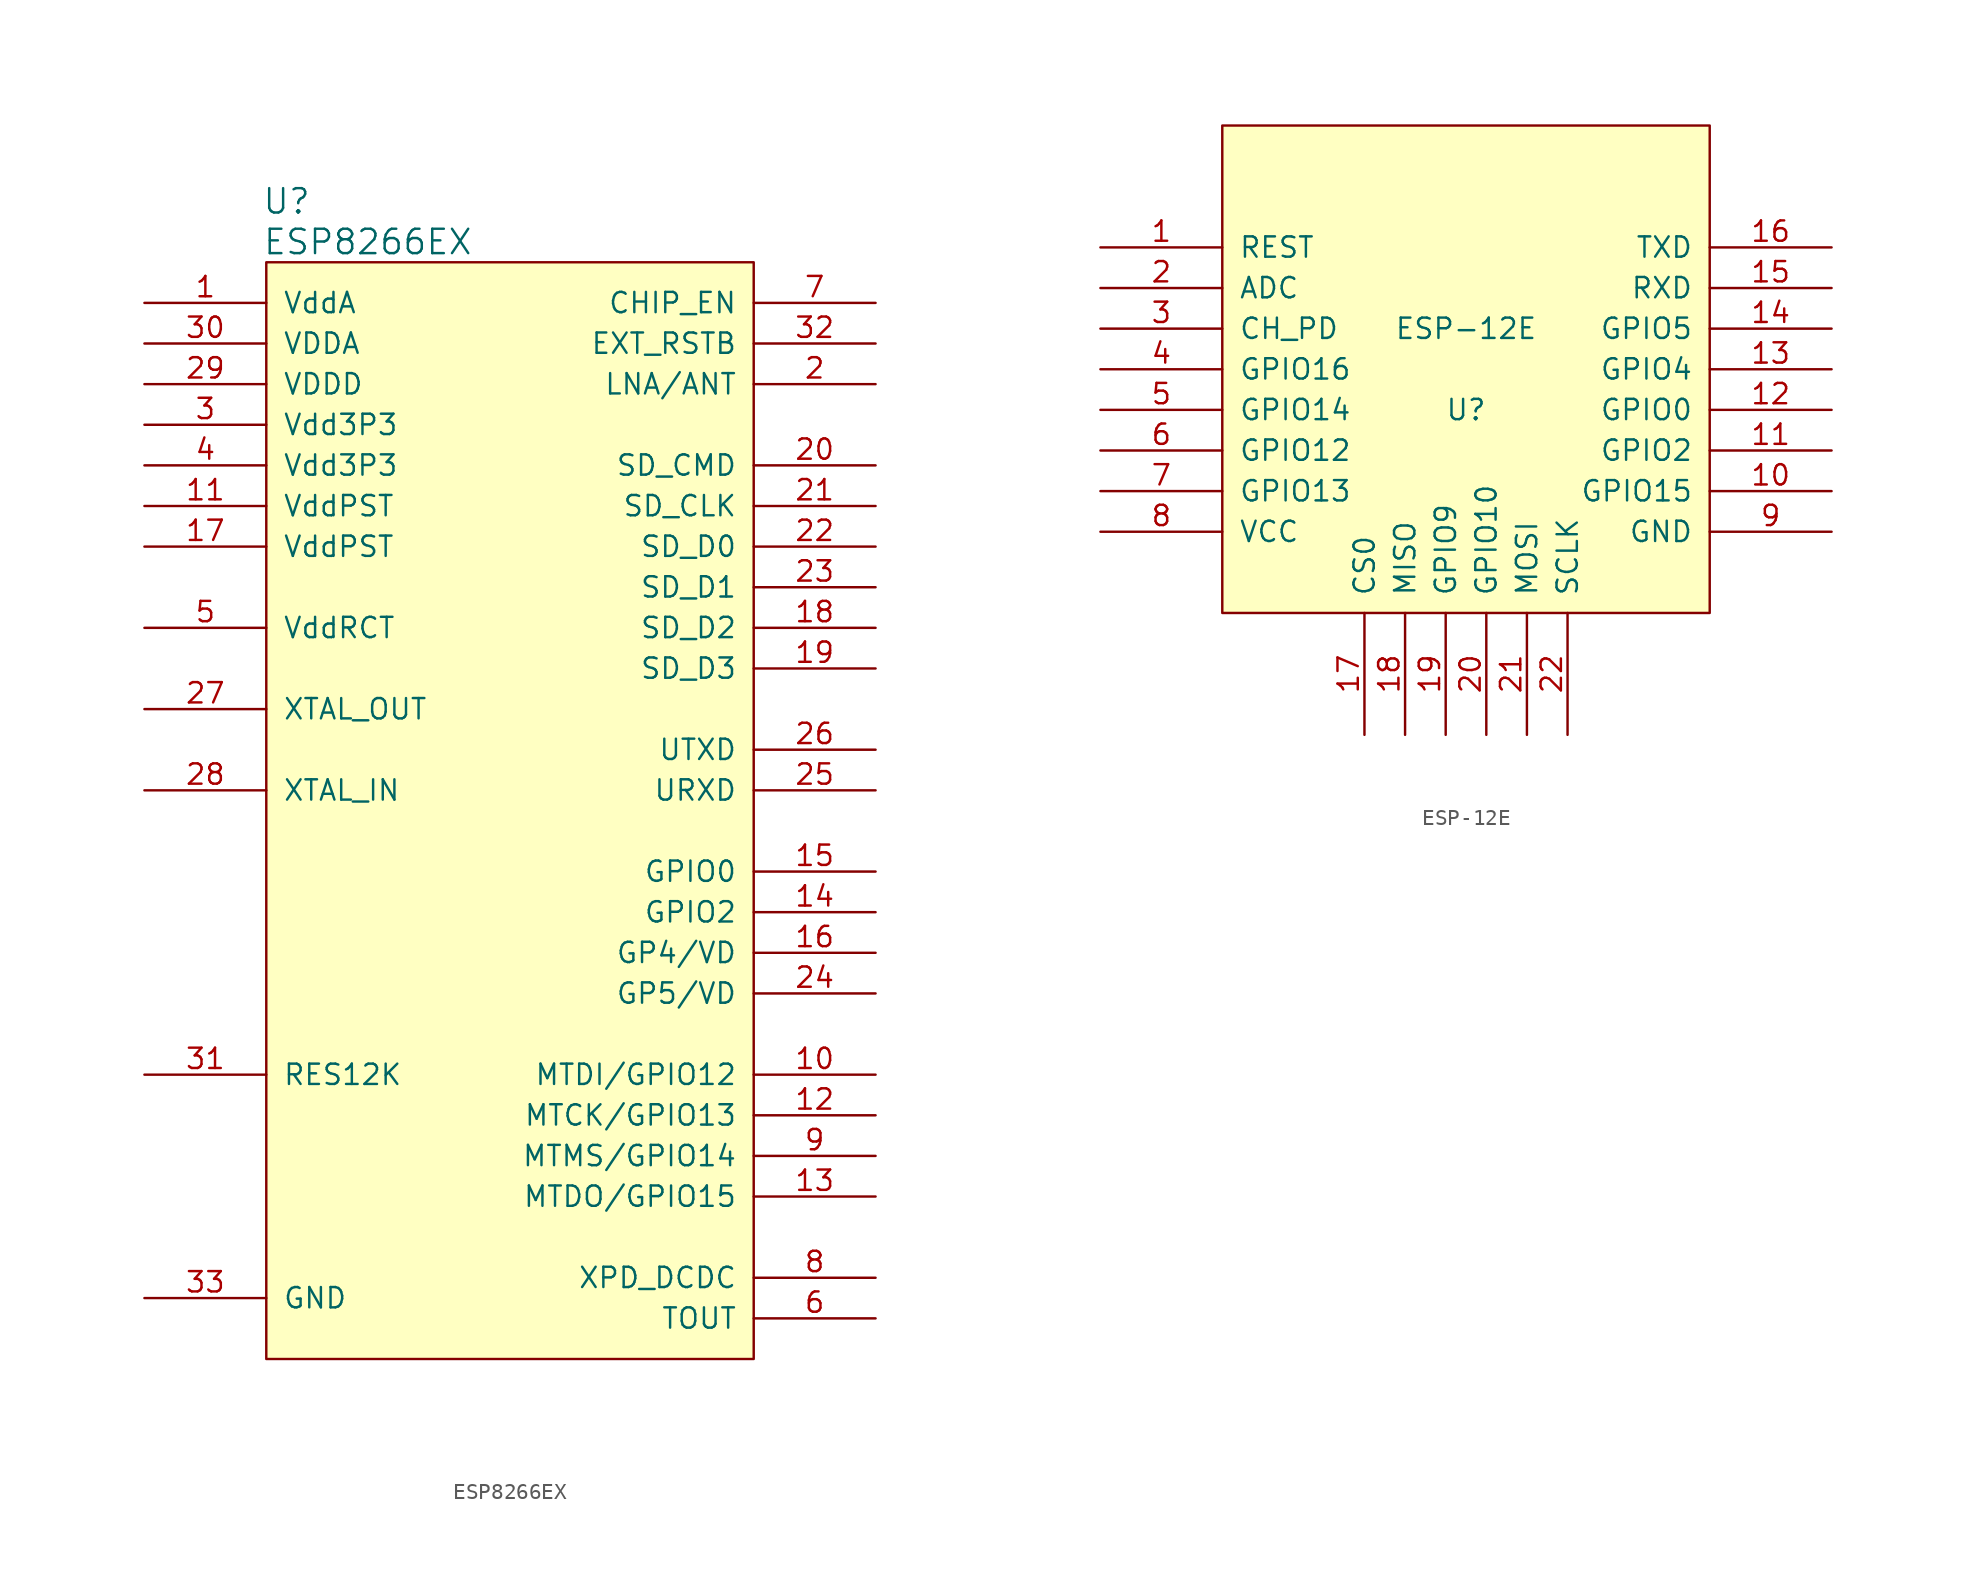
<source format=kicad_sym>
(kicad_symbol_lib
  (version 20211014)
  (generator kicad_symbol_editor)
  (symbol "ESP8266EX"
    (pin_names
      (offset 1.016))
    (property "Reference" "U"
      (at -13.97 35.56 0)
      (effects (font (size 1.524 1.524))))
    (property "Value" "ESP8266EX"
      (at -8.89 33.02 0)
      (effects (font (size 1.524 1.524))))
    (property "Footprint" ""
      (at -13.97 35.56 0)
      (effects (font (size 1.524 1.524))))
    (property "Datasheet" ""
      (at -13.97 35.56 0)
      (effects (font (size 1.524 1.524))))
    (symbol "ESP8266EX_0_1"
      (rectangle (start -15.24 31.75) (end 15.24 -36.83) (stroke (width 0) (type default) (color 0 0 0 0)) (fill (type background))))
    (symbol "ESP8266EX_1_1"
      (pin input line (at -22.86 29.21 0) (length 7.62) (name "VddA" (effects (font (size 1.27 1.27)))) (number "1" (effects (font (size 1.27 1.27)))))
      (pin input line (at 22.86 -19.05 180) (length 7.62) (name "MTDI/GPIO12" (effects (font (size 1.27 1.27)))) (number "10" (effects (font (size 1.27 1.27)))))
      (pin input line (at -22.86 16.51 0) (length 7.62) (name "VddPST" (effects (font (size 1.27 1.27)))) (number "11" (effects (font (size 1.27 1.27)))))
      (pin input line (at 22.86 -21.59 180) (length 7.62) (name "MTCK/GPIO13" (effects (font (size 1.27 1.27)))) (number "12" (effects (font (size 1.27 1.27)))))
      (pin input line (at 22.86 -26.67 180) (length 7.62) (name "MTDO/GPIO15" (effects (font (size 1.27 1.27)))) (number "13" (effects (font (size 1.27 1.27)))))
      (pin input line (at 22.86 -8.89 180) (length 7.62) (name "GPIO2" (effects (font (size 1.27 1.27)))) (number "14" (effects (font (size 1.27 1.27)))))
      (pin input line (at 22.86 -6.35 180) (length 7.62) (name "GPIO0" (effects (font (size 1.27 1.27)))) (number "15" (effects (font (size 1.27 1.27)))))
      (pin input line (at 22.86 -11.43 180) (length 7.62) (name "GP4/VD" (effects (font (size 1.27 1.27)))) (number "16" (effects (font (size 1.27 1.27)))))
      (pin input line (at -22.86 13.97 0) (length 7.62) (name "VddPST" (effects (font (size 1.27 1.27)))) (number "17" (effects (font (size 1.27 1.27)))))
      (pin input line (at 22.86 8.89 180) (length 7.62) (name "SD_D2" (effects (font (size 1.27 1.27)))) (number "18" (effects (font (size 1.27 1.27)))))
      (pin input line (at 22.86 6.35 180) (length 7.62) (name "SD_D3" (effects (font (size 1.27 1.27)))) (number "19" (effects (font (size 1.27 1.27)))))
      (pin input line (at 22.86 24.13 180) (length 7.62) (name "LNA/ANT" (effects (font (size 1.27 1.27)))) (number "2" (effects (font (size 1.27 1.27)))))
      (pin input line (at 22.86 19.05 180) (length 7.62) (name "SD_CMD" (effects (font (size 1.27 1.27)))) (number "20" (effects (font (size 1.27 1.27)))))
      (pin input line (at 22.86 16.51 180) (length 7.62) (name "SD_CLK" (effects (font (size 1.27 1.27)))) (number "21" (effects (font (size 1.27 1.27)))))
      (pin input line (at 22.86 13.97 180) (length 7.62) (name "SD_D0" (effects (font (size 1.27 1.27)))) (number "22" (effects (font (size 1.27 1.27)))))
      (pin input line (at 22.86 11.43 180) (length 7.62) (name "SD_D1" (effects (font (size 1.27 1.27)))) (number "23" (effects (font (size 1.27 1.27)))))
      (pin input line (at 22.86 -13.97 180) (length 7.62) (name "GP5/VD" (effects (font (size 1.27 1.27)))) (number "24" (effects (font (size 1.27 1.27)))))
      (pin input line (at 22.86 -1.27 180) (length 7.62) (name "URXD" (effects (font (size 1.27 1.27)))) (number "25" (effects (font (size 1.27 1.27)))))
      (pin input line (at 22.86 1.27 180) (length 7.62) (name "UTXD" (effects (font (size 1.27 1.27)))) (number "26" (effects (font (size 1.27 1.27)))))
      (pin input line (at -22.86 3.81 0) (length 7.62) (name "XTAL_OUT" (effects (font (size 1.27 1.27)))) (number "27" (effects (font (size 1.27 1.27)))))
      (pin input line (at -22.86 -1.27 0) (length 7.62) (name "XTAL_IN" (effects (font (size 1.27 1.27)))) (number "28" (effects (font (size 1.27 1.27)))))
      (pin input line (at -22.86 24.13 0) (length 7.62) (name "VDDD" (effects (font (size 1.27 1.27)))) (number "29" (effects (font (size 1.27 1.27)))))
      (pin input line (at -22.86 21.59 0) (length 7.62) (name "Vdd3P3" (effects (font (size 1.27 1.27)))) (number "3" (effects (font (size 1.27 1.27)))))
      (pin input line (at -22.86 26.67 0) (length 7.62) (name "VDDA" (effects (font (size 1.27 1.27)))) (number "30" (effects (font (size 1.27 1.27)))))
      (pin input line (at -22.86 -19.05 0) (length 7.62) (name "RES12K" (effects (font (size 1.27 1.27)))) (number "31" (effects (font (size 1.27 1.27)))))
      (pin input line (at 22.86 26.67 180) (length 7.62) (name "EXT_RSTB" (effects (font (size 1.27 1.27)))) (number "32" (effects (font (size 1.27 1.27)))))
      (pin input line (at -22.86 -33.02 0) (length 7.62) (name "GND" (effects (font (size 1.27 1.27)))) (number "33" (effects (font (size 1.27 1.27)))))
      (pin input line (at -22.86 19.05 0) (length 7.62) (name "Vdd3P3" (effects (font (size 1.27 1.27)))) (number "4" (effects (font (size 1.27 1.27)))))
      (pin input line (at -22.86 8.89 0) (length 7.62) (name "VddRCT" (effects (font (size 1.27 1.27)))) (number "5" (effects (font (size 1.27 1.27)))))
      (pin input line (at 22.86 -34.29 180) (length 7.62) (name "TOUT" (effects (font (size 1.27 1.27)))) (number "6" (effects (font (size 1.27 1.27)))))
      (pin input line (at 22.86 29.21 180) (length 7.62) (name "CHIP_EN" (effects (font (size 1.27 1.27)))) (number "7" (effects (font (size 1.27 1.27)))))
      (pin input line (at 22.86 -31.75 180) (length 7.62) (name "XPD_DCDC" (effects (font (size 1.27 1.27)))) (number "8" (effects (font (size 1.27 1.27)))))
      (pin input line (at 22.86 -24.13 180) (length 7.62) (name "MTMS/GPIO14" (effects (font (size 1.27 1.27)))) (number "9" (effects (font (size 1.27 1.27)))))))
  (symbol "ESP-12E"
    (pin_names
      (offset 1.016))
    (property "Reference" "U"
      (at 0 -2.54 0)
      (effects (font (size 1.27 1.27))))
    (property "Value" "ESP-12E"
      (at 0 2.54 0)
      (effects (font (size 1.27 1.27))))
    (symbol "ESP-12E_1_0"
      (rectangle (start -15.24 -15.24) (end 15.24 15.24) (stroke (width 0) (type default) (color 0 0 0 0)) (fill (type background))))
    (symbol "ESP-12E_1_1"
      (pin input line (at -22.86 7.62 0) (length 7.62) (name "REST" (effects (font (size 1.27 1.27)))) (number "1" (effects (font (size 1.27 1.27)))))
      (pin bidirectional line (at 22.86 -7.62 180) (length 7.62) (name "GPIO15" (effects (font (size 1.27 1.27)))) (number "10" (effects (font (size 1.27 1.27)))))
      (pin bidirectional line (at 22.86 -5.08 180) (length 7.62) (name "GPIO2" (effects (font (size 1.27 1.27)))) (number "11" (effects (font (size 1.27 1.27)))))
      (pin bidirectional line (at 22.86 -2.54 180) (length 7.62) (name "GPIO0" (effects (font (size 1.27 1.27)))) (number "12" (effects (font (size 1.27 1.27)))))
      (pin bidirectional line (at 22.86 0 180) (length 7.62) (name "GPIO4" (effects (font (size 1.27 1.27)))) (number "13" (effects (font (size 1.27 1.27)))))
      (pin bidirectional line (at 22.86 2.54 180) (length 7.62) (name "GPIO5" (effects (font (size 1.27 1.27)))) (number "14" (effects (font (size 1.27 1.27)))))
      (pin input line (at 22.86 5.08 180) (length 7.62) (name "RXD" (effects (font (size 1.27 1.27)))) (number "15" (effects (font (size 1.27 1.27)))))
      (pin output line (at 22.86 7.62 180) (length 7.62) (name "TXD" (effects (font (size 1.27 1.27)))) (number "16" (effects (font (size 1.27 1.27)))))
      (pin bidirectional line (at -6.35 -22.86 90) (length 7.62) (name "CS0" (effects (font (size 1.27 1.27)))) (number "17" (effects (font (size 1.27 1.27)))))
      (pin bidirectional line (at -3.81 -22.86 90) (length 7.62) (name "MISO" (effects (font (size 1.27 1.27)))) (number "18" (effects (font (size 1.27 1.27)))))
      (pin bidirectional line (at -1.27 -22.86 90) (length 7.62) (name "GPIO9" (effects (font (size 1.27 1.27)))) (number "19" (effects (font (size 1.27 1.27)))))
      (pin passive line (at -22.86 5.08 0) (length 7.62) (name "ADC" (effects (font (size 1.27 1.27)))) (number "2" (effects (font (size 1.27 1.27)))))
      (pin bidirectional line (at 1.27 -22.86 90) (length 7.62) (name "GPIO10" (effects (font (size 1.27 1.27)))) (number "20" (effects (font (size 1.27 1.27)))))
      (pin bidirectional line (at 3.81 -22.86 90) (length 7.62) (name "MOSI" (effects (font (size 1.27 1.27)))) (number "21" (effects (font (size 1.27 1.27)))))
      (pin bidirectional line (at 6.35 -22.86 90) (length 7.62) (name "SCLK" (effects (font (size 1.27 1.27)))) (number "22" (effects (font (size 1.27 1.27)))))
      (pin input line (at -22.86 2.54 0) (length 7.62) (name "CH_PD" (effects (font (size 1.27 1.27)))) (number "3" (effects (font (size 1.27 1.27)))))
      (pin bidirectional line (at -22.86 0 0) (length 7.62) (name "GPIO16" (effects (font (size 1.27 1.27)))) (number "4" (effects (font (size 1.27 1.27)))))
      (pin bidirectional line (at -22.86 -2.54 0) (length 7.62) (name "GPIO14" (effects (font (size 1.27 1.27)))) (number "5" (effects (font (size 1.27 1.27)))))
      (pin bidirectional line (at -22.86 -5.08 0) (length 7.62) (name "GPIO12" (effects (font (size 1.27 1.27)))) (number "6" (effects (font (size 1.27 1.27)))))
      (pin bidirectional line (at -22.86 -7.62 0) (length 7.62) (name "GPIO13" (effects (font (size 1.27 1.27)))) (number "7" (effects (font (size 1.27 1.27)))))
      (pin power_in line (at -22.86 -10.16 0) (length 7.62) (name "VCC" (effects (font (size 1.27 1.27)))) (number "8" (effects (font (size 1.27 1.27)))))
      (pin power_in line (at 22.86 -10.16 180) (length 7.62) (name "GND" (effects (font (size 1.27 1.27)))) (number "9" (effects (font (size 1.27 1.27))))))))
</source>
